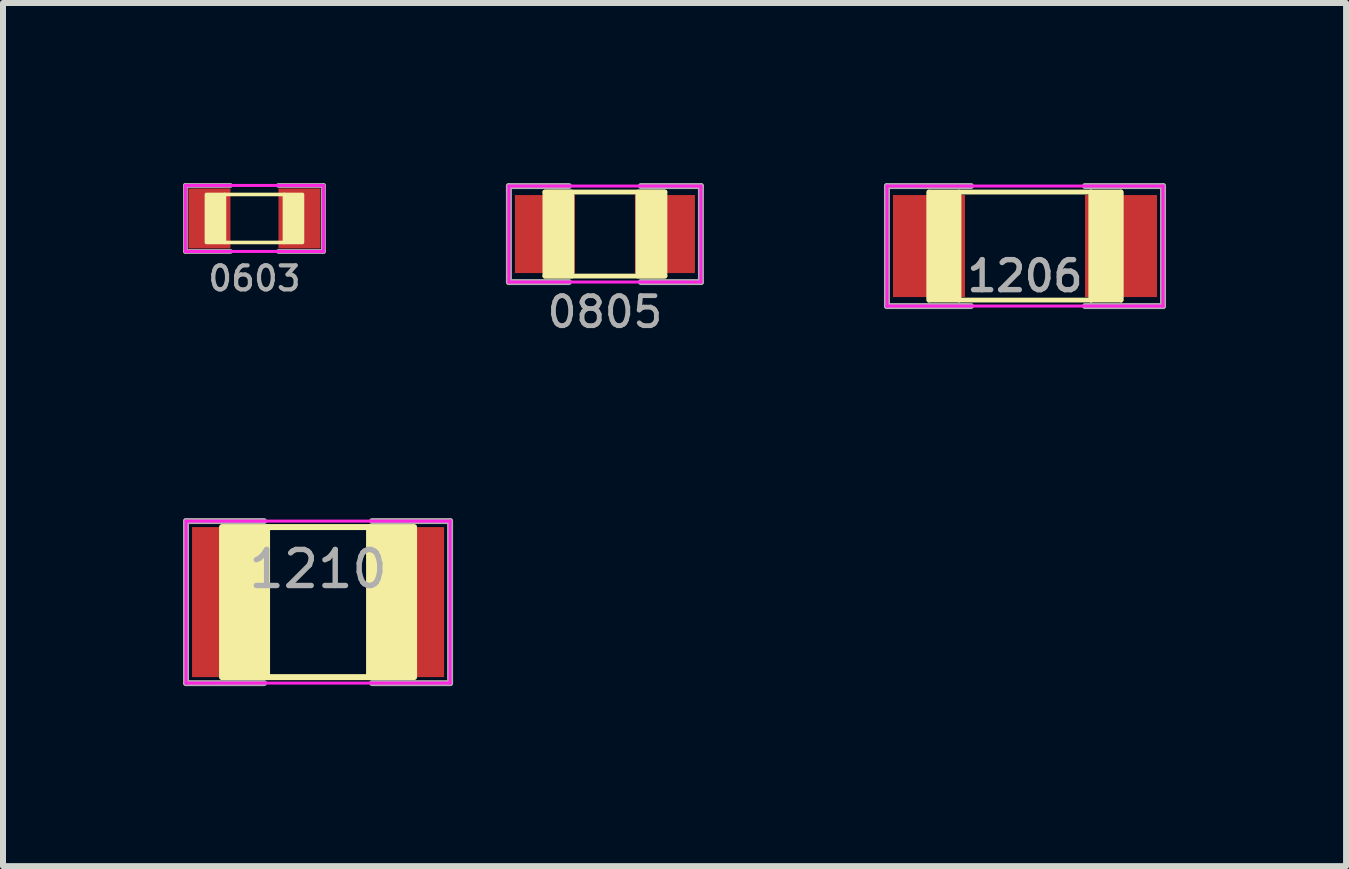
<source format=kicad_pcb>
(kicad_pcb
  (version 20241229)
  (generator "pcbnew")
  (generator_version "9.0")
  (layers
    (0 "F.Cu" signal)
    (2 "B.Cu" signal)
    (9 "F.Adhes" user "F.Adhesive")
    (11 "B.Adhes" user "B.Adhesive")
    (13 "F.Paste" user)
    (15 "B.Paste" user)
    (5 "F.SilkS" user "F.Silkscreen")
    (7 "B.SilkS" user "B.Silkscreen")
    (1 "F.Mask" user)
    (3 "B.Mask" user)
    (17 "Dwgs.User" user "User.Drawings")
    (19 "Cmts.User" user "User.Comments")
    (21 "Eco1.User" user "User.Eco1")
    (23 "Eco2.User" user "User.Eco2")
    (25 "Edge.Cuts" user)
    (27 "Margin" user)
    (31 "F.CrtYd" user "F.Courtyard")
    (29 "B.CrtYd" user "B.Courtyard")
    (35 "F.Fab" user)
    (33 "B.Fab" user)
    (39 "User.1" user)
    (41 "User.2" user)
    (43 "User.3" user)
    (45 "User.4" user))
  (footprint "1210"
    (layer "F.Cu")
    (at 2.25 6.983)
    (property "Reference" "1210" (at 0 -0.55 0) (layer "F.Fab") (effects (font (size 0.6 0.6) (thickness 0.09))))
    (attr smd)
    (fp_line (start -0.85 -1.25) (end 0.85 -1.25) (stroke (width 0.1) (type solid)) (layer "F.SilkS"))
    (fp_line (start 0.85 1.25) (end -0.85 1.25) (stroke (width 0.1) (type solid)) (layer "F.SilkS"))
    (fp_poly (pts (xy -0.85 1.25) (xy -1.6 1.25) (xy -1.6 -1.25) (xy -0.85 -1.25)) (stroke (width 0.1) (type solid)) (fill yes) (layer "F.SilkS"))
    (fp_poly (pts (xy 1.6 1.25) (xy 0.85 1.25) (xy 0.85 -1.25) (xy 1.6 -1.25)) (stroke (width 0.1) (type solid)) (fill yes) (layer "F.SilkS"))
    (fp_line (start -2.2 -1.35) (end 2.2 -1.35) (stroke (width 0.05) (type solid)) (layer "F.CrtYd"))
    (fp_line (start -2.2 1.35) (end -2.2 -1.35) (stroke (width 0.05) (type solid)) (layer "F.CrtYd"))
    (fp_line (start 2.2 -1.35) (end 2.2 1.35) (stroke (width 0.05) (type solid)) (layer "F.CrtYd"))
    (fp_line (start 2.2 1.35) (end -2.2 1.35) (stroke (width 0.05) (type solid)) (layer "F.CrtYd"))
    (fp_line (start -2.2 -1.35) (end -2.2 1.35) (stroke (width 0.1) (type solid)) (layer "F.Fab"))
    (fp_line (start -2.2 1.35) (end -0.9 1.35) (stroke (width 0.1) (type solid)) (layer "F.Fab"))
    (fp_line (start -0.9 -1.35) (end -2.2 -1.35) (stroke (width 0.1) (type solid)) (layer "F.Fab"))
    (fp_line (start 0.9 -1.35) (end 2.2 -1.35) (stroke (width 0.1) (type solid)) (layer "F.Fab"))
    (fp_line (start 2.2 -1.35) (end 2.2 1.35) (stroke (width 0.1) (type solid)) (layer "F.Fab"))
    (fp_line (start 2.2 1.35) (end 0.9 1.35) (stroke (width 0.1) (type solid)) (layer "F.Fab"))
    (pad "1" smd rect (at -1.5 0) (size 1.2 2.5) (layers "F.Cu" "F.Mask" "F.Paste"))
    (pad "2" smd rect (at 1.5 0) (size 1.2 2.5) (layers "F.Cu" "F.Mask" "F.Paste")))
  (footprint "1206"
    (layer "F.Cu")
    (at 14.03 1.05)
    (property "Reference" "1206" (at 0 0.5 0) (layer "F.Fab") (effects (font (size 0.5 0.5) (thickness 0.09))))
    (attr smd)
    (fp_line (start -1.6 0.9) (end -1.6 -0.9) (stroke (width 0.08) (type solid)) (layer "F.SilkS"))
    (fp_line (start -1.1 -0.9) (end 1.1 -0.9) (stroke (width 0.08) (type solid)) (layer "F.SilkS"))
    (fp_line (start -1.1 0.9) (end 1.1 0.9) (stroke (width 0.08) (type solid)) (layer "F.SilkS"))
    (fp_line (start 1.1 0.9) (end 1.1 -0.9) (stroke (width 0.08) (type solid)) (layer "F.SilkS"))
    (fp_line (start 1.6 0.9) (end 1.6 -0.9) (stroke (width 0.08) (type solid)) (layer "F.SilkS"))
    (fp_poly (pts (xy -1.1 0.9) (xy -1.6 0.9) (xy -1.6 -0.9) (xy -1.1 -0.9)) (stroke (width 0.08) (type solid)) (fill yes) (layer "F.SilkS"))
    (fp_poly (pts (xy 1.6 0.9) (xy 1.1 0.9) (xy 1.1 -0.9) (xy 1.6 -0.9)) (stroke (width 0.08) (type solid)) (fill yes) (layer "F.SilkS"))
    (fp_line (start -2.3 -1) (end 2.3 -1) (stroke (width 0.05) (type solid)) (layer "F.CrtYd"))
    (fp_line (start -2.3 1) (end -2.3 -1) (stroke (width 0.05) (type solid)) (layer "F.CrtYd"))
    (fp_line (start 2.3 -1) (end 2.3 1) (stroke (width 0.05) (type solid)) (layer "F.CrtYd"))
    (fp_line (start 2.3 1) (end -2.3 1) (stroke (width 0.05) (type solid)) (layer "F.CrtYd"))
    (fp_line (start -2.3 -1) (end -2.3 1) (stroke (width 0.1) (type solid)) (layer "F.Fab"))
    (fp_line (start -2.3 1) (end -0.9 1) (stroke (width 0.1) (type solid)) (layer "F.Fab"))
    (fp_line (start -0.9 -1) (end -2.3 -1) (stroke (width 0.1) (type solid)) (layer "F.Fab"))
    (fp_line (start 1 -1) (end 2.3 -1) (stroke (width 0.1) (type solid)) (layer "F.Fab"))
    (fp_line (start 2.3 -1) (end 2.3 1) (stroke (width 0.1) (type solid)) (layer "F.Fab"))
    (fp_line (start 2.3 1) (end 1 1) (stroke (width 0.1) (type solid)) (layer "F.Fab"))
    (pad "1" smd rect (at -1.6 0) (size 1.2 1.7) (layers "F.Cu" "F.Mask" "F.Paste"))
    (pad "2" smd rect (at 1.6 0) (size 1.2 1.7) (layers "F.Cu" "F.Mask" "F.Paste")))
  (footprint "0805"
    (layer "F.Cu")
    (at 7.03 0.85)
    (property "Reference" "0805" (at 0 1.3 0) (layer "F.Fab") (effects (font (size 0.5 0.5) (thickness 0.08))))
    (attr smd)
    (fp_line (start -1 0.7) (end 1 0.7) (stroke (width 0.08) (type solid)) (layer "F.SilkS"))
    (fp_line (start 1 -0.7) (end -1 -0.7) (stroke (width 0.08) (type solid)) (layer "F.SilkS"))
    (fp_poly (pts (xy -0.55 0.7) (xy -1 0.7) (xy -1 -0.7) (xy -0.55 -0.7)) (stroke (width 0.08) (type solid)) (fill yes) (layer "F.SilkS"))
    (fp_poly (pts (xy 1 0.7) (xy 0.55 0.7) (xy 0.55 -0.7) (xy 1 -0.7)) (stroke (width 0.08) (type solid)) (fill yes) (layer "F.SilkS"))
    (fp_line (start -1.6 -0.8) (end 1.6 -0.8) (stroke (width 0.05) (type solid)) (layer "F.CrtYd"))
    (fp_line (start -1.6 0.8) (end -1.6 -0.8) (stroke (width 0.05) (type solid)) (layer "F.CrtYd"))
    (fp_line (start 1.6 -0.8) (end 1.6 0.8) (stroke (width 0.05) (type solid)) (layer "F.CrtYd"))
    (fp_line (start 1.6 0.8) (end -1.6 0.8) (stroke (width 0.05) (type solid)) (layer "F.CrtYd"))
    (fp_line (start -1.6 -0.8) (end -0.6 -0.8) (stroke (width 0.1) (type solid)) (layer "F.Fab"))
    (fp_line (start -1.6 0.8) (end -1.6 -0.8) (stroke (width 0.1) (type solid)) (layer "F.Fab"))
    (fp_line (start -0.6 0.8) (end -1.6 0.8) (stroke (width 0.1) (type solid)) (layer "F.Fab"))
    (fp_line (start 0.6 -0.8) (end 1.6 -0.8) (stroke (width 0.1) (type solid)) (layer "F.Fab"))
    (fp_line (start 1.6 -0.8) (end 1.6 0.8) (stroke (width 0.1) (type solid)) (layer "F.Fab"))
    (fp_line (start 1.6 0.8) (end 0.6 0.8) (stroke (width 0.1) (type solid)) (layer "F.Fab"))
    (pad "1" smd rect (at -1 0) (size 1 1.3) (layers "F.Cu" "F.Mask" "F.Paste"))
    (pad "2" smd rect (at 1 0) (size 1 1.3) (layers "F.Cu" "F.Mask" "F.Paste")))
  (footprint "0603"
    (layer "F.Cu")
    (at 1.19 0.59)
    (property "Reference" "0603" (at 0 1 0) (layer "F.Fab") (effects (font (size 0.4 0.4) (thickness 0.07))))
    (attr smd)
    (fp_line (start -0.5 0.4) (end 0.5 0.4) (stroke (width 0.06) (type solid)) (layer "F.SilkS"))
    (fp_line (start 0.5 -0.4) (end -0.5 -0.4) (stroke (width 0.06) (type solid)) (layer "F.SilkS"))
    (fp_poly (pts (xy -0.5 0.4) (xy -0.8 0.4) (xy -0.8 -0.4) (xy -0.5 -0.4)) (stroke (width 0.06) (type solid)) (fill yes) (layer "F.SilkS"))
    (fp_poly (pts (xy 0.8 0.4) (xy 0.5 0.4) (xy 0.5 -0.4) (xy 0.8 -0.4)) (stroke (width 0.06) (type solid)) (fill yes) (layer "F.SilkS"))
    (fp_line (start -1.15 -0.55) (end 1.15 -0.55) (stroke (width 0.05) (type solid)) (layer "F.CrtYd"))
    (fp_line (start -1.15 0.55) (end -1.15 -0.55) (stroke (width 0.05) (type solid)) (layer "F.CrtYd"))
    (fp_line (start 1.15 -0.55) (end 1.15 0.55) (stroke (width 0.05) (type solid)) (layer "F.CrtYd"))
    (fp_line (start 1.15 0.55) (end -1.15 0.55) (stroke (width 0.05) (type solid)) (layer "F.CrtYd"))
    (fp_line (start -1.15 -0.55) (end -1.15 0.55) (stroke (width 0.08) (type solid)) (layer "F.Fab"))
    (fp_line (start -1.15 0.55) (end -0.4 0.55) (stroke (width 0.08) (type solid)) (layer "F.Fab"))
    (fp_line (start -0.4 -0.55) (end -1.15 -0.55) (stroke (width 0.08) (type solid)) (layer "F.Fab"))
    (fp_line (start 0.4 -0.55) (end 1.15 -0.55) (stroke (width 0.08) (type solid)) (layer "F.Fab"))
    (fp_line (start 1.15 -0.55) (end 1.15 0.55) (stroke (width 0.08) (type solid)) (layer "F.Fab"))
    (fp_line (start 1.15 0.55) (end 0.4 0.55) (stroke (width 0.08) (type solid)) (layer "F.Fab"))
    (pad "1" smd rect (at -0.75 0) (size 0.7 1) (layers "F.Cu" "F.Mask" "F.Paste"))
    (pad "2" smd rect (at 0.75 0) (size 0.7 1) (layers "F.Cu" "F.Mask" "F.Paste")))
  (gr_rect
    (start -3 -3)
    (end 19.38 11.383)
    (stroke (width 0.1) (type default))
    (fill no)
    (layer "Edge.Cuts")))
</source>
